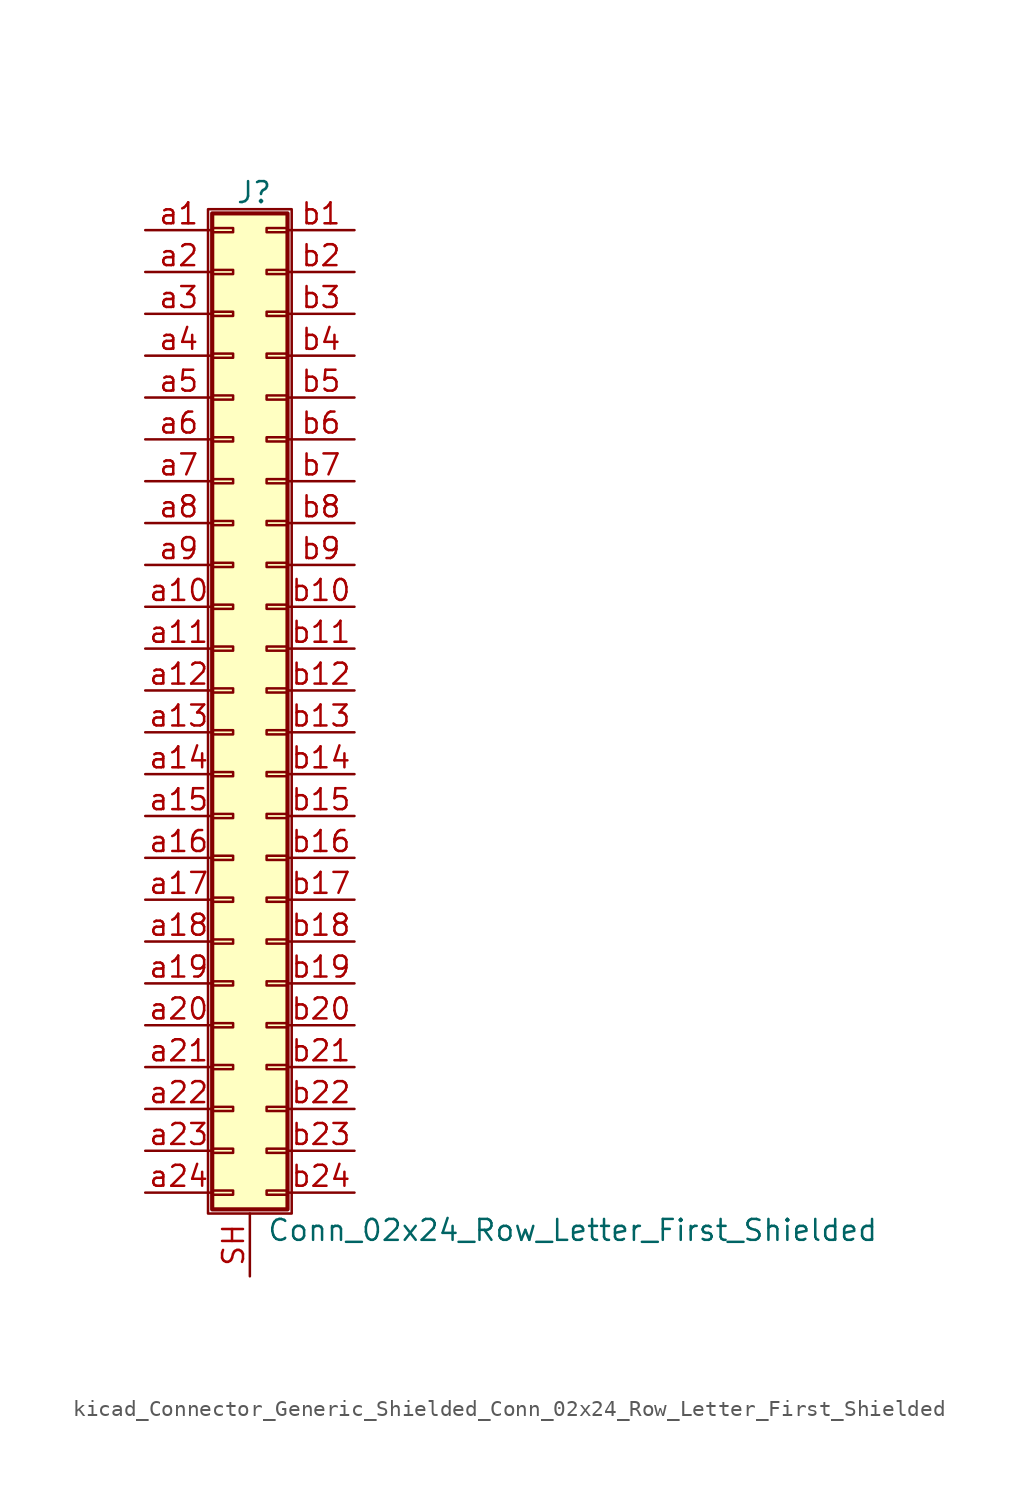
<source format=kicad_sym>
(kicad_symbol_lib
  (version 20220914)
  (generator kicad_symbol_editor)
  (symbol "kicad_Connector_Generic_Shielded_Conn_02x24_Row_Letter_First_Shielded"
    (pin_names
      (offset 1.016) hide)
    (property "Reference" "J"
      (at 1.524 30.226 0)
      (effects (font (size 1.27 1.27))))
    (property "Value" "Conn_02x24_Row_Letter_First_Shielded"
      (at 2.286 -32.766 0)
      (effects (font (size 1.27 1.27)) (justify left)))
    (symbol "kicad_Connector_Generic_Shielded_Conn_02x24_Row_Letter_First_Shielded_1_1"
      (rectangle (start -1.27 29.21) (end 3.81 -31.75) (stroke (width 0.152) (type default)) (fill (type none)))
      (rectangle (start -1.016 -30.353) (end 0.254 -30.607) (stroke (width 0.152) (type default)) (fill (type none)))
      (rectangle (start -1.016 -27.813) (end 0.254 -28.067) (stroke (width 0.152) (type default)) (fill (type none)))
      (rectangle (start -1.016 -25.273) (end 0.254 -25.527) (stroke (width 0.152) (type default)) (fill (type none)))
      (rectangle (start -1.016 -22.733) (end 0.254 -22.987) (stroke (width 0.152) (type default)) (fill (type none)))
      (rectangle (start -1.016 -20.193) (end 0.254 -20.447) (stroke (width 0.152) (type default)) (fill (type none)))
      (rectangle (start -1.016 -17.653) (end 0.254 -17.907) (stroke (width 0.152) (type default)) (fill (type none)))
      (rectangle (start -1.016 -15.113) (end 0.254 -15.367) (stroke (width 0.152) (type default)) (fill (type none)))
      (rectangle (start -1.016 -12.573) (end 0.254 -12.827) (stroke (width 0.152) (type default)) (fill (type none)))
      (rectangle (start -1.016 -10.033) (end 0.254 -10.287) (stroke (width 0.152) (type default)) (fill (type none)))
      (rectangle (start -1.016 -7.493) (end 0.254 -7.747) (stroke (width 0.152) (type default)) (fill (type none)))
      (rectangle (start -1.016 -4.953) (end 0.254 -5.207) (stroke (width 0.152) (type default)) (fill (type none)))
      (rectangle (start -1.016 -2.413) (end 0.254 -2.667) (stroke (width 0.152) (type default)) (fill (type none)))
      (rectangle (start -1.016 0.127) (end 0.254 -0.127) (stroke (width 0.152) (type default)) (fill (type none)))
      (rectangle (start -1.016 2.667) (end 0.254 2.413) (stroke (width 0.152) (type default)) (fill (type none)))
      (rectangle (start -1.016 5.207) (end 0.254 4.953) (stroke (width 0.152) (type default)) (fill (type none)))
      (rectangle (start -1.016 7.747) (end 0.254 7.493) (stroke (width 0.152) (type default)) (fill (type none)))
      (rectangle (start -1.016 10.287) (end 0.254 10.033) (stroke (width 0.152) (type default)) (fill (type none)))
      (rectangle (start -1.016 12.827) (end 0.254 12.573) (stroke (width 0.152) (type default)) (fill (type none)))
      (rectangle (start -1.016 15.367) (end 0.254 15.113) (stroke (width 0.152) (type default)) (fill (type none)))
      (rectangle (start -1.016 17.907) (end 0.254 17.653) (stroke (width 0.152) (type default)) (fill (type none)))
      (rectangle (start -1.016 20.447) (end 0.254 20.193) (stroke (width 0.152) (type default)) (fill (type none)))
      (rectangle (start -1.016 22.987) (end 0.254 22.733) (stroke (width 0.152) (type default)) (fill (type none)))
      (rectangle (start -1.016 25.527) (end 0.254 25.273) (stroke (width 0.152) (type default)) (fill (type none)))
      (rectangle (start -1.016 28.067) (end 0.254 27.813) (stroke (width 0.152) (type default)) (fill (type none)))
      (rectangle (start -1.016 28.956) (end 3.556 -31.496) (stroke (width 0.254) (type default)) (fill (type background)))
      (rectangle (start 3.556 -30.353) (end 2.286 -30.607) (stroke (width 0.152) (type default)) (fill (type none)))
      (rectangle (start 3.556 -27.813) (end 2.286 -28.067) (stroke (width 0.152) (type default)) (fill (type none)))
      (rectangle (start 3.556 -25.273) (end 2.286 -25.527) (stroke (width 0.152) (type default)) (fill (type none)))
      (rectangle (start 3.556 -22.733) (end 2.286 -22.987) (stroke (width 0.152) (type default)) (fill (type none)))
      (rectangle (start 3.556 -20.193) (end 2.286 -20.447) (stroke (width 0.152) (type default)) (fill (type none)))
      (rectangle (start 3.556 -17.653) (end 2.286 -17.907) (stroke (width 0.152) (type default)) (fill (type none)))
      (rectangle (start 3.556 -15.113) (end 2.286 -15.367) (stroke (width 0.152) (type default)) (fill (type none)))
      (rectangle (start 3.556 -12.573) (end 2.286 -12.827) (stroke (width 0.152) (type default)) (fill (type none)))
      (rectangle (start 3.556 -10.033) (end 2.286 -10.287) (stroke (width 0.152) (type default)) (fill (type none)))
      (rectangle (start 3.556 -7.493) (end 2.286 -7.747) (stroke (width 0.152) (type default)) (fill (type none)))
      (rectangle (start 3.556 -4.953) (end 2.286 -5.207) (stroke (width 0.152) (type default)) (fill (type none)))
      (rectangle (start 3.556 -2.413) (end 2.286 -2.667) (stroke (width 0.152) (type default)) (fill (type none)))
      (rectangle (start 3.556 0.127) (end 2.286 -0.127) (stroke (width 0.152) (type default)) (fill (type none)))
      (rectangle (start 3.556 2.667) (end 2.286 2.413) (stroke (width 0.152) (type default)) (fill (type none)))
      (rectangle (start 3.556 5.207) (end 2.286 4.953) (stroke (width 0.152) (type default)) (fill (type none)))
      (rectangle (start 3.556 7.747) (end 2.286 7.493) (stroke (width 0.152) (type default)) (fill (type none)))
      (rectangle (start 3.556 10.287) (end 2.286 10.033) (stroke (width 0.152) (type default)) (fill (type none)))
      (rectangle (start 3.556 12.827) (end 2.286 12.573) (stroke (width 0.152) (type default)) (fill (type none)))
      (rectangle (start 3.556 15.367) (end 2.286 15.113) (stroke (width 0.152) (type default)) (fill (type none)))
      (rectangle (start 3.556 17.907) (end 2.286 17.653) (stroke (width 0.152) (type default)) (fill (type none)))
      (rectangle (start 3.556 20.447) (end 2.286 20.193) (stroke (width 0.152) (type default)) (fill (type none)))
      (rectangle (start 3.556 22.987) (end 2.286 22.733) (stroke (width 0.152) (type default)) (fill (type none)))
      (rectangle (start 3.556 25.527) (end 2.286 25.273) (stroke (width 0.152) (type default)) (fill (type none)))
      (rectangle (start 3.556 28.067) (end 2.286 27.813) (stroke (width 0.152) (type default)) (fill (type none)))
      (pin passive line (at 1.27 -35.56 90) (length 3.81) (name "Shield" (effects (font (size 1.27 1.27)))) (number "SH" (effects (font (size 1.27 1.27)))))
      (pin passive line (at -5.08 27.94 0) (length 4.064) (name "Pin_a1" (effects (font (size 1.27 1.27)))) (number "a1" (effects (font (size 1.27 1.27)))))
      (pin passive line (at -5.08 5.08 0) (length 4.064) (name "Pin_a10" (effects (font (size 1.27 1.27)))) (number "a10" (effects (font (size 1.27 1.27)))))
      (pin passive line (at -5.08 2.54 0) (length 4.064) (name "Pin_a11" (effects (font (size 1.27 1.27)))) (number "a11" (effects (font (size 1.27 1.27)))))
      (pin passive line (at -5.08 0 0) (length 4.064) (name "Pin_a12" (effects (font (size 1.27 1.27)))) (number "a12" (effects (font (size 1.27 1.27)))))
      (pin passive line (at -5.08 -2.54 0) (length 4.064) (name "Pin_a13" (effects (font (size 1.27 1.27)))) (number "a13" (effects (font (size 1.27 1.27)))))
      (pin passive line (at -5.08 -5.08 0) (length 4.064) (name "Pin_a14" (effects (font (size 1.27 1.27)))) (number "a14" (effects (font (size 1.27 1.27)))))
      (pin passive line (at -5.08 -7.62 0) (length 4.064) (name "Pin_a15" (effects (font (size 1.27 1.27)))) (number "a15" (effects (font (size 1.27 1.27)))))
      (pin passive line (at -5.08 -10.16 0) (length 4.064) (name "Pin_a16" (effects (font (size 1.27 1.27)))) (number "a16" (effects (font (size 1.27 1.27)))))
      (pin passive line (at -5.08 -12.7 0) (length 4.064) (name "Pin_a17" (effects (font (size 1.27 1.27)))) (number "a17" (effects (font (size 1.27 1.27)))))
      (pin passive line (at -5.08 -15.24 0) (length 4.064) (name "Pin_a18" (effects (font (size 1.27 1.27)))) (number "a18" (effects (font (size 1.27 1.27)))))
      (pin passive line (at -5.08 -17.78 0) (length 4.064) (name "Pin_a19" (effects (font (size 1.27 1.27)))) (number "a19" (effects (font (size 1.27 1.27)))))
      (pin passive line (at -5.08 25.4 0) (length 4.064) (name "Pin_a2" (effects (font (size 1.27 1.27)))) (number "a2" (effects (font (size 1.27 1.27)))))
      (pin passive line (at -5.08 -20.32 0) (length 4.064) (name "Pin_a20" (effects (font (size 1.27 1.27)))) (number "a20" (effects (font (size 1.27 1.27)))))
      (pin passive line (at -5.08 -22.86 0) (length 4.064) (name "Pin_a21" (effects (font (size 1.27 1.27)))) (number "a21" (effects (font (size 1.27 1.27)))))
      (pin passive line (at -5.08 -25.4 0) (length 4.064) (name "Pin_a22" (effects (font (size 1.27 1.27)))) (number "a22" (effects (font (size 1.27 1.27)))))
      (pin passive line (at -5.08 -27.94 0) (length 4.064) (name "Pin_a23" (effects (font (size 1.27 1.27)))) (number "a23" (effects (font (size 1.27 1.27)))))
      (pin passive line (at -5.08 -30.48 0) (length 4.064) (name "Pin_a24" (effects (font (size 1.27 1.27)))) (number "a24" (effects (font (size 1.27 1.27)))))
      (pin passive line (at -5.08 22.86 0) (length 4.064) (name "Pin_a3" (effects (font (size 1.27 1.27)))) (number "a3" (effects (font (size 1.27 1.27)))))
      (pin passive line (at -5.08 20.32 0) (length 4.064) (name "Pin_a4" (effects (font (size 1.27 1.27)))) (number "a4" (effects (font (size 1.27 1.27)))))
      (pin passive line (at -5.08 17.78 0) (length 4.064) (name "Pin_a5" (effects (font (size 1.27 1.27)))) (number "a5" (effects (font (size 1.27 1.27)))))
      (pin passive line (at -5.08 15.24 0) (length 4.064) (name "Pin_a6" (effects (font (size 1.27 1.27)))) (number "a6" (effects (font (size 1.27 1.27)))))
      (pin passive line (at -5.08 12.7 0) (length 4.064) (name "Pin_a7" (effects (font (size 1.27 1.27)))) (number "a7" (effects (font (size 1.27 1.27)))))
      (pin passive line (at -5.08 10.16 0) (length 4.064) (name "Pin_a8" (effects (font (size 1.27 1.27)))) (number "a8" (effects (font (size 1.27 1.27)))))
      (pin passive line (at -5.08 7.62 0) (length 4.064) (name "Pin_a9" (effects (font (size 1.27 1.27)))) (number "a9" (effects (font (size 1.27 1.27)))))
      (pin passive line (at 7.62 27.94 180) (length 4.064) (name "Pin_b1" (effects (font (size 1.27 1.27)))) (number "b1" (effects (font (size 1.27 1.27)))))
      (pin passive line (at 7.62 5.08 180) (length 4.064) (name "Pin_b10" (effects (font (size 1.27 1.27)))) (number "b10" (effects (font (size 1.27 1.27)))))
      (pin passive line (at 7.62 2.54 180) (length 4.064) (name "Pin_b11" (effects (font (size 1.27 1.27)))) (number "b11" (effects (font (size 1.27 1.27)))))
      (pin passive line (at 7.62 0 180) (length 4.064) (name "Pin_b12" (effects (font (size 1.27 1.27)))) (number "b12" (effects (font (size 1.27 1.27)))))
      (pin passive line (at 7.62 -2.54 180) (length 4.064) (name "Pin_b13" (effects (font (size 1.27 1.27)))) (number "b13" (effects (font (size 1.27 1.27)))))
      (pin passive line (at 7.62 -5.08 180) (length 4.064) (name "Pin_b14" (effects (font (size 1.27 1.27)))) (number "b14" (effects (font (size 1.27 1.27)))))
      (pin passive line (at 7.62 -7.62 180) (length 4.064) (name "Pin_b15" (effects (font (size 1.27 1.27)))) (number "b15" (effects (font (size 1.27 1.27)))))
      (pin passive line (at 7.62 -10.16 180) (length 4.064) (name "Pin_b16" (effects (font (size 1.27 1.27)))) (number "b16" (effects (font (size 1.27 1.27)))))
      (pin passive line (at 7.62 -12.7 180) (length 4.064) (name "Pin_b17" (effects (font (size 1.27 1.27)))) (number "b17" (effects (font (size 1.27 1.27)))))
      (pin passive line (at 7.62 -15.24 180) (length 4.064) (name "Pin_b18" (effects (font (size 1.27 1.27)))) (number "b18" (effects (font (size 1.27 1.27)))))
      (pin passive line (at 7.62 -17.78 180) (length 4.064) (name "Pin_b19" (effects (font (size 1.27 1.27)))) (number "b19" (effects (font (size 1.27 1.27)))))
      (pin passive line (at 7.62 25.4 180) (length 4.064) (name "Pin_b2" (effects (font (size 1.27 1.27)))) (number "b2" (effects (font (size 1.27 1.27)))))
      (pin passive line (at 7.62 -20.32 180) (length 4.064) (name "Pin_b20" (effects (font (size 1.27 1.27)))) (number "b20" (effects (font (size 1.27 1.27)))))
      (pin passive line (at 7.62 -22.86 180) (length 4.064) (name "Pin_b21" (effects (font (size 1.27 1.27)))) (number "b21" (effects (font (size 1.27 1.27)))))
      (pin passive line (at 7.62 -25.4 180) (length 4.064) (name "Pin_b22" (effects (font (size 1.27 1.27)))) (number "b22" (effects (font (size 1.27 1.27)))))
      (pin passive line (at 7.62 -27.94 180) (length 4.064) (name "Pin_b23" (effects (font (size 1.27 1.27)))) (number "b23" (effects (font (size 1.27 1.27)))))
      (pin passive line (at 7.62 -30.48 180) (length 4.064) (name "Pin_b24" (effects (font (size 1.27 1.27)))) (number "b24" (effects (font (size 1.27 1.27)))))
      (pin passive line (at 7.62 22.86 180) (length 4.064) (name "Pin_b3" (effects (font (size 1.27 1.27)))) (number "b3" (effects (font (size 1.27 1.27)))))
      (pin passive line (at 7.62 20.32 180) (length 4.064) (name "Pin_b4" (effects (font (size 1.27 1.27)))) (number "b4" (effects (font (size 1.27 1.27)))))
      (pin passive line (at 7.62 17.78 180) (length 4.064) (name "Pin_b5" (effects (font (size 1.27 1.27)))) (number "b5" (effects (font (size 1.27 1.27)))))
      (pin passive line (at 7.62 15.24 180) (length 4.064) (name "Pin_b6" (effects (font (size 1.27 1.27)))) (number "b6" (effects (font (size 1.27 1.27)))))
      (pin passive line (at 7.62 12.7 180) (length 4.064) (name "Pin_b7" (effects (font (size 1.27 1.27)))) (number "b7" (effects (font (size 1.27 1.27)))))
      (pin passive line (at 7.62 10.16 180) (length 4.064) (name "Pin_b8" (effects (font (size 1.27 1.27)))) (number "b8" (effects (font (size 1.27 1.27)))))
      (pin passive line (at 7.62 7.62 180) (length 4.064) (name "Pin_b9" (effects (font (size 1.27 1.27)))) (number "b9" (effects (font (size 1.27 1.27))))))))
</source>
